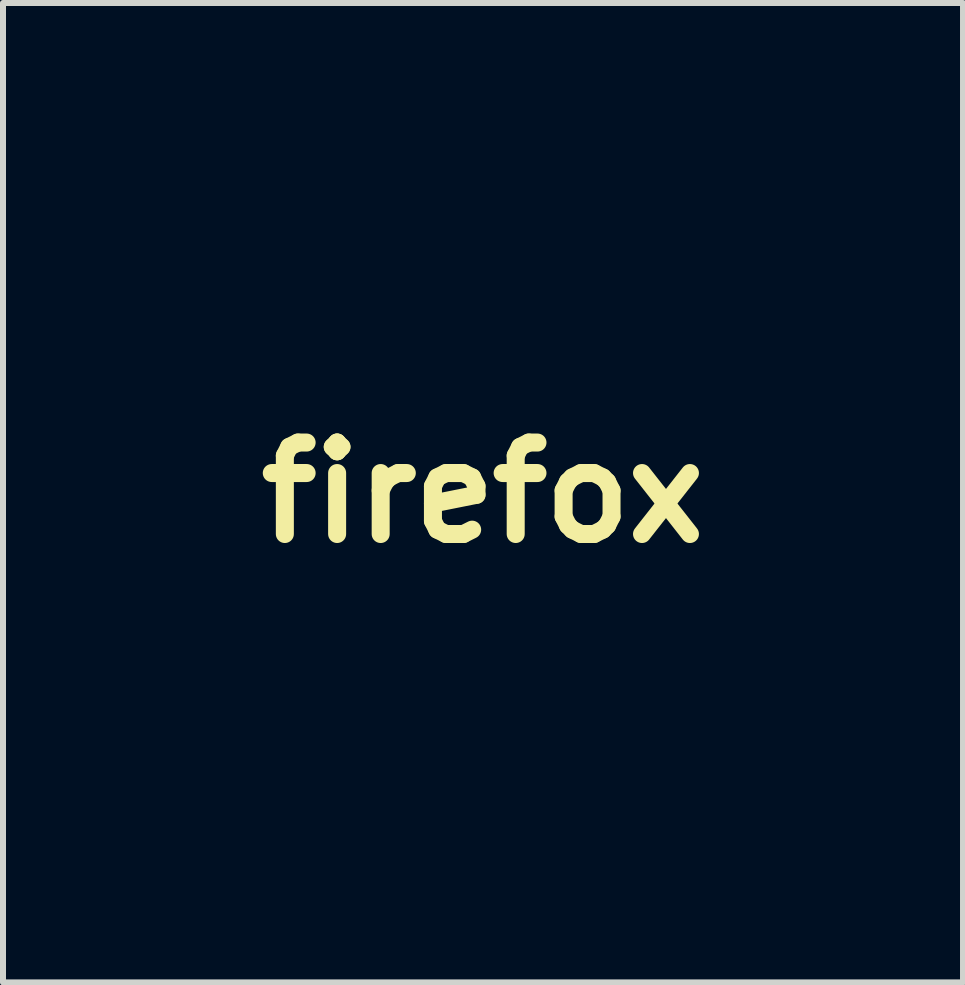
<source format=kicad_pcb>
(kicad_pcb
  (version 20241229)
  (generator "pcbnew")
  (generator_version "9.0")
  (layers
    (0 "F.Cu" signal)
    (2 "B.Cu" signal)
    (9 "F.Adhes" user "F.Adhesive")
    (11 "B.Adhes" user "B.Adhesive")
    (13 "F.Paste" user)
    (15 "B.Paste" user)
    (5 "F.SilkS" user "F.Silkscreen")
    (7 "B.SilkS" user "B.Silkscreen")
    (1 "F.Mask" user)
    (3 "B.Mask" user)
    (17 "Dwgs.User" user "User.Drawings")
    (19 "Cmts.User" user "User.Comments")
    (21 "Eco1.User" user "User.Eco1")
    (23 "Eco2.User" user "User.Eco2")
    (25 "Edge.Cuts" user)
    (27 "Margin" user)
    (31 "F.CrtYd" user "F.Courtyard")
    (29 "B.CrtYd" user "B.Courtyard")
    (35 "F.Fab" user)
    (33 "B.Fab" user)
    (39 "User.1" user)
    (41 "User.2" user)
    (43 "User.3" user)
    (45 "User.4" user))
  (footprint "firefox"
    (layer "F.Cu")
    (at 4.998 5.158)
    (property "Reference" "firefox" (at 0 0 0) (layer "F.SilkS") (effects (font (size 1.524 1.524) (thickness 0.3))))
    (attr board_only exclude_from_pos_files exclude_from_bom)
    (fp_poly (pts (xy 4.378 2.432) (xy 4.376 2.434) (xy 4.373 2.432) (xy 4.376 2.429)) (stroke (width 0) (type solid)) (fill yes) (layer "F.Mask"))
    (fp_poly (pts (xy 1.744 -5.113) (xy 1.75 -5.073) (xy 1.761 -5.034) (xy 1.775 -4.993) (xy 1.794 -4.948) (xy 1.809 -4.916) (xy 1.84 -4.858) (xy 1.875 -4.798) (xy 1.917 -4.734) (xy 1.965 -4.667) (xy 2.02 -4.595) (xy 2.081 -4.52) (xy 2.15 -4.439) (xy 2.225 -4.353) (xy 2.309 -4.262) (xy 2.321 -4.249) (xy 2.341 -4.227) (xy 2.366 -4.202) (xy 2.395 -4.172) (xy 2.427 -4.14) (xy 2.461 -4.105) (xy 2.498 -4.068) (xy 2.536 -4.03) (xy 2.574 -3.991) (xy 2.613 -3.953) (xy 2.651 -3.915) (xy 2.688 -3.879) (xy 2.723 -3.845) (xy 2.755 -3.814) (xy 2.784 -3.786) (xy 2.809 -3.761) (xy 2.83 -3.742) (xy 2.846 -3.727) (xy 2.856 -3.719) (xy 2.859 -3.717) (xy 2.861 -3.723) (xy 2.866 -3.737) (xy 2.871 -3.756) (xy 2.876 -3.776) (xy 2.899 -3.855) (xy 2.927 -3.933) (xy 2.958 -4.006) (xy 2.993 -4.073) (xy 3.03 -4.134) (xy 3.053 -4.165) (xy 3.064 -4.179) (xy 3.072 -4.188) (xy 3.077 -4.192) (xy 3.077 -4.192) (xy 3.079 -4.186) (xy 3.082 -4.173) (xy 3.084 -4.158) (xy 3.095 -4.112) (xy 3.113 -4.059) (xy 3.137 -3.999) (xy 3.155 -3.961) (xy 3.17 -3.932) (xy 3.185 -3.903) (xy 3.2 -3.874) (xy 3.217 -3.843) (xy 3.236 -3.811) (xy 3.256 -3.775) (xy 3.279 -3.737) (xy 3.305 -3.695) (xy 3.334 -3.648) (xy 3.367 -3.596) (xy 3.404 -3.539) (xy 3.445 -3.474) (xy 3.49 -3.403) (xy 3.533 -3.336) (xy 3.603 -3.228) (xy 3.668 -3.127) (xy 3.728 -3.033) (xy 3.783 -2.945) (xy 3.834 -2.862) (xy 3.882 -2.785) (xy 3.927 -2.711) (xy 3.968 -2.641) (xy 4.008 -2.573) (xy 4.045 -2.508) (xy 4.081 -2.444) (xy 4.115 -2.38) (xy 4.149 -2.317) (xy 4.183 -2.252) (xy 4.217 -2.187) (xy 4.23 -2.159) (xy 4.29 -2.039) (xy 4.344 -1.925) (xy 4.394 -1.814) (xy 4.441 -1.704) (xy 4.486 -1.592) (xy 4.53 -1.476) (xy 4.573 -1.354) (xy 4.574 -1.352) (xy 4.636 -1.16) (xy 4.688 -0.966) (xy 4.73 -0.771) (xy 4.762 -0.574) (xy 4.785 -0.375) (xy 4.794 -0.257) (xy 4.795 -0.223) (xy 4.796 -0.18) (xy 4.797 -0.131) (xy 4.797 -0.078) (xy 4.797 -0.023) (xy 4.796 0.034) (xy 4.796 0.089) (xy 4.794 0.142) (xy 4.793 0.191) (xy 4.791 0.233) (xy 4.789 0.267) (xy 4.788 0.272) (xy 4.781 0.352) (xy 4.772 0.435) (xy 4.761 0.519) (xy 4.749 0.603) (xy 4.736 0.684) (xy 4.723 0.76) (xy 4.71 0.83) (xy 4.7 0.875) (xy 4.699 0.883) (xy 4.701 0.882) (xy 4.705 0.875) (xy 4.712 0.86) (xy 4.72 0.841) (xy 4.73 0.816) (xy 4.741 0.788) (xy 4.753 0.758) (xy 4.765 0.725) (xy 4.777 0.692) (xy 4.789 0.66) (xy 4.799 0.628) (xy 4.805 0.611) (xy 4.844 0.478) (xy 4.878 0.34) (xy 4.906 0.2) (xy 4.92 0.109) (xy 4.928 0.058) (xy 4.934 0.012) (xy 4.938 -0.03) (xy 4.942 -0.069) (xy 4.945 -0.109) (xy 4.947 -0.149) (xy 4.949 -0.193) (xy 4.95 -0.242) (xy 4.95 -0.298) (xy 4.95 -0.347) (xy 4.95 -0.392) (xy 4.95 -0.434) (xy 4.95 -0.473) (xy 4.949 -0.506) (xy 4.949 -0.534) (xy 4.948 -0.554) (xy 4.947 -0.565) (xy 4.947 -0.567) (xy 4.945 -0.576) (xy 4.946 -0.575) (xy 4.948 -0.572) (xy 4.95 -0.563) (xy 4.954 -0.546) (xy 4.958 -0.521) (xy 4.962 -0.49) (xy 4.966 -0.456) (xy 4.971 -0.418) (xy 4.975 -0.379) (xy 4.979 -0.34) (xy 4.98 -0.332) (xy 4.986 -0.27) (xy 4.99 -0.211) (xy 4.994 -0.154) (xy 4.996 -0.095) (xy 4.997 -0.034) (xy 4.997 0.033) (xy 4.997 0.106) (xy 4.997 0.131) (xy 4.995 0.215) (xy 4.992 0.29) (xy 4.989 0.36) (xy 4.984 0.426) (xy 4.978 0.491) (xy 4.97 0.558) (xy 4.96 0.627) (xy 4.948 0.702) (xy 4.948 0.705) (xy 4.911 0.895) (xy 4.865 1.085) (xy 4.809 1.274) (xy 4.744 1.461) (xy 4.669 1.646) (xy 4.585 1.829) (xy 4.491 2.009) (xy 4.414 2.144) (xy 4.399 2.169) (xy 4.386 2.192) (xy 4.375 2.211) (xy 4.368 2.224) (xy 4.365 2.229) (xy 4.36 2.238) (xy 4.35 2.254) (xy 4.336 2.276) (xy 4.319 2.302) (xy 4.299 2.332) (xy 4.278 2.364) (xy 4.255 2.398) (xy 4.232 2.431) (xy 4.21 2.463) (xy 4.189 2.493) (xy 4.171 2.519) (xy 4.158 2.537) (xy 4.052 2.677) (xy 3.936 2.818) (xy 3.813 2.961) (xy 3.681 3.103) (xy 3.641 3.145) (xy 3.618 3.169) (xy 3.598 3.19) (xy 3.581 3.207) (xy 3.569 3.22) (xy 3.563 3.227) (xy 3.562 3.229) (xy 3.568 3.226) (xy 3.581 3.22) (xy 3.6 3.211) (xy 3.624 3.199) (xy 3.65 3.185) (xy 3.677 3.171) (xy 3.704 3.156) (xy 3.73 3.142) (xy 3.752 3.13) (xy 3.77 3.12) (xy 3.771 3.12) (xy 3.867 3.06) (xy 3.956 2.997) (xy 4.038 2.931) (xy 4.112 2.863) (xy 4.178 2.794) (xy 4.236 2.723) (xy 4.285 2.652) (xy 4.325 2.58) (xy 4.355 2.507) (xy 4.364 2.48) (xy 4.369 2.463) (xy 4.371 2.455) (xy 4.372 2.455) (xy 4.371 2.464) (xy 4.37 2.472) (xy 4.367 2.491) (xy 4.361 2.517) (xy 4.354 2.55) (xy 4.344 2.586) (xy 4.334 2.624) (xy 4.323 2.663) (xy 4.311 2.699) (xy 4.303 2.724) (xy 4.263 2.834) (xy 4.215 2.94) (xy 4.16 3.043) (xy 4.097 3.143) (xy 4.026 3.24) (xy 3.947 3.335) (xy 3.86 3.428) (xy 3.764 3.519) (xy 3.659 3.61) (xy 3.544 3.699) (xy 3.42 3.787) (xy 3.38 3.814) (xy 3.219 3.916) (xy 3.053 4.009) (xy 2.881 4.094) (xy 2.706 4.17) (xy 2.644 4.194) (xy 2.51 4.245) (xy 2.385 4.293) (xy 2.267 4.337) (xy 2.158 4.377) (xy 2.055 4.414) (xy 1.958 4.449) (xy 1.867 4.48) (xy 1.782 4.509) (xy 1.701 4.536) (xy 1.625 4.561) (xy 1.552 4.583) (xy 1.543 4.586) (xy 1.507 4.597) (xy 1.478 4.607) (xy 1.455 4.615) (xy 1.44 4.621) (xy 1.434 4.624) (xy 1.434 4.625) (xy 1.44 4.626) (xy 1.456 4.627) (xy 1.478 4.628) (xy 1.507 4.628) (xy 1.541 4.628) (xy 1.578 4.627) (xy 1.618 4.627) (xy 1.659 4.626) (xy 1.7 4.625) (xy 1.739 4.623) (xy 1.776 4.622) (xy 1.809 4.62) (xy 1.837 4.618) (xy 1.859 4.616) (xy 1.859 4.616) (xy 1.943 4.605) (xy 2.026 4.592) (xy 2.106 4.577) (xy 2.18 4.56) (xy 2.246 4.542) (xy 2.252 4.54) (xy 2.32 4.518) (xy 2.385 4.492) (xy 2.445 4.464) (xy 2.5 4.434) (xy 2.548 4.403) (xy 2.587 4.372) (xy 2.593 4.367) (xy 2.603 4.358) (xy 2.61 4.354) (xy 2.611 4.354) (xy 2.609 4.358) (xy 2.6 4.369) (xy 2.586 4.384) (xy 2.568 4.403) (xy 2.546 4.425) (xy 2.522 4.449) (xy 2.497 4.474) (xy 2.471 4.498) (xy 2.446 4.522) (xy 2.422 4.544) (xy 2.401 4.563) (xy 2.384 4.578) (xy 2.374 4.586) (xy 2.269 4.662) (xy 2.155 4.732) (xy 2.033 4.798) (xy 1.903 4.858) (xy 1.766 4.913) (xy 1.621 4.963) (xy 1.469 5.007) (xy 1.309 5.046) (xy 1.144 5.08) (xy 0.972 5.108) (xy 0.793 5.13) (xy 0.609 5.146) (xy 0.507 5.153) (xy 0.465 5.155) (xy 0.416 5.156) (xy 0.362 5.158) (xy 0.304 5.159) (xy 0.245 5.16) (xy 0.186 5.16) (xy 0.129 5.16) (xy 0.076 5.16) (xy 0.028 5.16) (xy -0.012 5.159) (xy -0.027 5.158) (xy -0.254 5.144) (xy -0.477 5.12) (xy -0.697 5.087) (xy -0.913 5.045) (xy -1.127 4.993) (xy -1.149 4.987) (xy -1.179 4.979) (xy -1.207 4.972) (xy -1.23 4.966) (xy -1.247 4.962) (xy -1.257 4.96) (xy -1.257 4.96) (xy -1.266 4.958) (xy -1.282 4.953) (xy -1.306 4.946) (xy -1.335 4.936) (xy -1.37 4.924) (xy -1.407 4.912) (xy -1.447 4.898) (xy -1.487 4.884) (xy -1.528 4.87) (xy -1.567 4.856) (xy -1.603 4.842) (xy -1.635 4.83) (xy -1.646 4.827) (xy -1.743 4.788) (xy -1.846 4.744) (xy -1.951 4.697) (xy -2.056 4.647) (xy -2.079 4.635) (xy -2.158 4.595) (xy -2.229 4.557) (xy -2.295 4.52) (xy -2.359 4.483) (xy -2.421 4.444) (xy -2.472 4.411) (xy -2.503 4.39) (xy -2.537 4.368) (xy -2.57 4.346) (xy -2.6 4.327) (xy -2.62 4.314) (xy -2.768 4.215) (xy -2.909 4.114) (xy -3.045 4.008) (xy -3.178 3.898) (xy -3.308 3.78) (xy -3.439 3.654) (xy -3.452 3.641) (xy -3.552 3.539) (xy -3.645 3.439) (xy -3.732 3.34) (xy -3.814 3.24) (xy -3.893 3.138) (xy -3.97 3.032) (xy -4.046 2.922) (xy -4.16 2.742) (xy -4.267 2.559) (xy -4.365 2.371) (xy -4.455 2.181) (xy -4.536 1.987) (xy -4.609 1.792) (xy -4.672 1.595) (xy -4.727 1.397) (xy -4.772 1.199) (xy -4.807 1.001) (xy -4.813 0.962) (xy -4.823 0.884) (xy -4.832 0.812) (xy -4.839 0.743) (xy -4.845 0.676) (xy -4.849 0.608) (xy -4.852 0.538) (xy -4.854 0.462) (xy -4.855 0.38) (xy -4.855 0.332) (xy -4.855 0.286) (xy -4.856 0.244) (xy -4.856 0.206) (xy -4.856 0.174) (xy -4.856 0.148) (xy -4.856 0.129) (xy -4.856 0.118) (xy -4.856 0.117) (xy -4.858 0.121) (xy -4.862 0.134) (xy -4.868 0.154) (xy -4.876 0.179) (xy -4.885 0.208) (xy -4.888 0.217) (xy -4.927 0.35) (xy -4.963 0.485) (xy -4.981 0.555) (xy -4.998 0.627) (xy -4.995 0.562) (xy -4.984 0.36) (xy -4.968 0.164) (xy -4.946 -0.026) (xy -4.92 -0.209) (xy -4.889 -0.385) (xy -4.853 -0.553) (xy -4.812 -0.714) (xy -4.766 -0.867) (xy -4.716 -1.011) (xy -4.688 -1.082) (xy -4.681 -1.101) (xy -4.677 -1.113) (xy -4.675 -1.119) (xy -4.678 -1.118) (xy -4.684 -1.11) (xy -4.695 -1.094) (xy -4.711 -1.071) (xy -4.728 -1.043) (xy -4.793 -0.938) (xy -4.856 -0.827) (xy -4.909 -0.725) (xy -4.923 -0.697) (xy -4.936 -0.673) (xy -4.946 -0.655) (xy -4.953 -0.642) (xy -4.956 -0.637) (xy -4.956 -0.637) (xy -4.952 -0.653) (xy -4.945 -0.676) (xy -4.936 -0.706) (xy -4.926 -0.74) (xy -4.915 -0.777) (xy -4.903 -0.815) (xy -4.891 -0.853) (xy -4.88 -0.889) (xy -4.87 -0.921) (xy -4.862 -0.947) (xy -4.821 -1.072) (xy -4.778 -1.194) (xy -4.733 -1.314) (xy -4.687 -1.429) (xy -4.64 -1.54) (xy -4.593 -1.643) (xy -4.545 -1.74) (xy -4.499 -1.827) (xy -4.49 -1.844) (xy -4.449 -1.914) (xy -4.412 -1.977) (xy -4.377 -2.033) (xy -4.342 -2.086) (xy -4.307 -2.135) (xy -4.271 -2.184) (xy -4.232 -2.233) (xy -4.226 -2.241) (xy -4.206 -2.266) (xy -4.187 -2.289) (xy -4.17 -2.31) (xy -4.157 -2.326) (xy -4.15 -2.335) (xy -4.141 -2.346) (xy -4.135 -2.351) (xy -4.133 -2.351) (xy -4.13 -2.353) (xy -4.121 -2.361) (xy -4.107 -2.374) (xy -4.09 -2.391) (xy -4.076 -2.404) (xy -4.056 -2.424) (xy -4.04 -2.442) (xy -4.027 -2.457) (xy -4.02 -2.467) (xy -4.018 -2.47) (xy -4.02 -2.476) (xy -4.026 -2.475) (xy -4.028 -2.474) (xy -4.038 -2.47) (xy -4.042 -2.471) (xy -4.04 -2.477) (xy -4.04 -2.483) (xy -4.043 -2.484) (xy -4.047 -2.482) (xy -4.051 -2.476) (xy -4.057 -2.464) (xy -4.061 -2.452) (xy -4.064 -2.445) (xy -4.066 -2.447) (xy -4.067 -2.45) (xy -4.072 -2.457) (xy -4.079 -2.456) (xy -4.087 -2.456) (xy -4.088 -2.459) (xy -4.092 -2.463) (xy -4.098 -2.463) (xy -4.107 -2.463) (xy -4.108 -2.467) (xy -4.111 -2.472) (xy -4.118 -2.472) (xy -4.126 -2.471) (xy -4.128 -2.477) (xy -4.073 -2.477) (xy -4.071 -2.474) (xy -4.068 -2.477) (xy -4.071 -2.479) (xy -4.073 -2.477) (xy -4.128 -2.477) (xy -4.129 -2.478) (xy -4.129 -2.48) (xy -4.129 -2.507) (xy -4.127 -2.543) (xy -4.124 -2.585) (xy -4.119 -2.631) (xy -4.113 -2.681) (xy -4.106 -2.733) (xy -4.101 -2.769) (xy -4.087 -2.852) (xy -4.069 -2.939) (xy -4.048 -3.026) (xy -4.026 -3.111) (xy -4.002 -3.192) (xy -3.977 -3.267) (xy -3.969 -3.287) (xy -3.958 -3.317) (xy -3.945 -3.349) (xy -3.932 -3.381) (xy -3.919 -3.413) (xy -3.906 -3.443) (xy -3.894 -3.47) (xy -3.883 -3.492) (xy -3.875 -3.508) (xy -3.87 -3.517) (xy -3.868 -3.519) (xy -3.866 -3.514) (xy -3.866 -3.503) (xy -3.867 -3.497) (xy -3.868 -3.488) (xy -3.867 -3.485) (xy -3.864 -3.488) (xy -3.859 -3.499) (xy -3.851 -3.516) (xy -3.841 -3.538) (xy -3.831 -3.56) (xy -3.824 -3.578) (xy -3.823 -3.581) (xy -3.815 -3.6) (xy -3.806 -3.617) (xy -3.802 -3.624) (xy -3.794 -3.636) (xy -3.783 -3.651) (xy -3.771 -3.668) (xy -3.758 -3.685) (xy -3.746 -3.7) (xy -3.737 -3.711) (xy -3.731 -3.717) (xy -3.73 -3.717) (xy -3.73 -3.711) (xy -3.732 -3.699) (xy -3.734 -3.689) (xy -3.736 -3.673) (xy -3.737 -3.663) (xy -3.736 -3.659) (xy -3.733 -3.663) (xy -3.727 -3.673) (xy -3.719 -3.688) (xy -3.716 -3.697) (xy -3.692 -3.747) (xy -3.671 -3.79) (xy -3.652 -3.827) (xy -3.634 -3.858) (xy -3.618 -3.884) (xy -3.602 -3.906) (xy -3.582 -3.93) (xy -3.56 -3.956) (xy -3.538 -3.98) (xy -3.516 -4.002) (xy -3.496 -4.02) (xy -3.48 -4.032) (xy -3.475 -4.035) (xy -3.459 -4.044) (xy -3.459 -4.002) (xy -3.456 -3.936) (xy -3.45 -3.864) (xy -3.44 -3.789) (xy -3.426 -3.715) (xy -3.41 -3.643) (xy -3.392 -3.577) (xy -3.378 -3.536) (xy -3.362 -3.492) (xy -3.354 -3.508) (xy -3.349 -3.518) (xy -3.344 -3.523) (xy -3.344 -3.524) (xy -3.341 -3.519) (xy -3.334 -3.508) (xy -3.324 -3.491) (xy -3.313 -3.47) (xy -3.312 -3.467) (xy -3.275 -3.401) (xy -3.237 -3.338) (xy -3.197 -3.277) (xy -3.158 -3.22) (xy -3.118 -3.168) (xy -3.08 -3.123) (xy -3.043 -3.085) (xy -3.013 -3.058) (xy -2.995 -3.044) (xy -2.923 -3.056) (xy -2.875 -3.064) (xy -2.833 -3.07) (xy -2.794 -3.074) (xy -2.755 -3.077) (xy -2.714 -3.079) (xy -2.669 -3.081) (xy -2.617 -3.081) (xy -2.599 -3.081) (xy -2.538 -3.08) (xy -2.483 -3.079) (xy -2.434 -3.076) (xy -2.386 -3.072) (xy -2.337 -3.066) (xy -2.285 -3.058) (xy -2.244 -3.051) (xy -2.187 -3.039) (xy -2.124 -3.025) (xy -2.058 -3.009) (xy -1.994 -2.991) (xy -1.934 -2.973) (xy -1.93 -2.971) (xy -1.858 -2.948) (xy -1.805 -3) (xy -1.774 -3.03) (xy -1.748 -3.054) (xy -1.727 -3.072) (xy -1.712 -3.084) (xy -1.704 -3.089) (xy -1.703 -3.089) (xy -1.701 -3.084) (xy -1.7 -3.073) (xy -1.7 -3.067) (xy -1.701 -3.054) (xy -1.7 -3.048) (xy -1.699 -3.048) (xy -1.659 -3.094) (xy -1.617 -3.134) (xy -1.571 -3.172) (xy -1.524 -3.205) (xy -1.496 -3.222) (xy -1.469 -3.239) (xy -1.443 -3.253) (xy -1.422 -3.264) (xy -1.408 -3.27) (xy -1.406 -3.271) (xy -1.399 -3.273) (xy -1.396 -3.27) (xy -1.397 -3.26) (xy -1.397 -3.254) (xy -1.401 -3.234) (xy -1.329 -3.27) (xy -1.255 -3.306) (xy -1.181 -3.338) (xy -1.11 -3.366) (xy -1.043 -3.388) (xy -0.981 -3.405) (xy -0.965 -3.409) (xy -0.936 -3.415) (xy -0.917 -3.417) (xy -0.908 -3.417) (xy -0.908 -3.413) (xy -0.917 -3.407) (xy -0.935 -3.396) (xy -0.947 -3.39) (xy -0.967 -3.38) (xy -0.982 -3.371) (xy -0.992 -3.366) (xy -0.994 -3.364) (xy -0.988 -3.365) (xy -0.975 -3.37) (xy -0.959 -3.376) (xy -0.958 -3.376) (xy -0.916 -3.389) (xy -0.867 -3.4) (xy -0.814 -3.409) (xy -0.762 -3.414) (xy -0.712 -3.415) (xy -0.67 -3.413) (xy -0.637 -3.409) (xy -0.605 -3.403) (xy -0.574 -3.396) (xy -0.547 -3.388) (xy -0.524 -3.38) (xy -0.508 -3.372) (xy -0.499 -3.364) (xy -0.498 -3.361) (xy -0.502 -3.358) (xy -0.514 -3.351) (xy -0.533 -3.343) (xy -0.556 -3.333) (xy -0.572 -3.326) (xy -0.599 -3.315) (xy -0.623 -3.305) (xy -0.642 -3.297) (xy -0.656 -3.29) (xy -0.66 -3.288) (xy -0.666 -3.284) (xy -0.667 -3.282) (xy -0.66 -3.28) (xy -0.645 -3.279) (xy -0.617 -3.276) (xy -0.672 -3.237) (xy -0.776 -3.156) (xy -0.871 -3.071) (xy -0.958 -2.98) (xy -1.037 -2.883) (xy -1.108 -2.781) (xy -1.172 -2.672) (xy -1.196 -2.625) (xy -1.21 -2.597) (xy -1.224 -2.568) (xy -1.236 -2.541) (xy -1.246 -2.519) (xy -1.247 -2.517) (xy -1.265 -2.474) (xy -1.252 -2.436) (xy -1.244 -2.415) (xy -1.233 -2.388) (xy -1.221 -2.362) (xy -1.216 -2.353) (xy -1.177 -2.283) (xy -1.134 -2.221) (xy -1.086 -2.169) (xy -1.035 -2.125) (xy -0.978 -2.089) (xy -0.962 -2.081) (xy -0.935 -2.069) (xy -0.909 -2.059) (xy -0.881 -2.051) (xy -0.85 -2.044) (xy -0.814 -2.038) (xy -0.771 -2.033) (xy -0.738 -2.029) (xy -0.634 -2.018) (xy -0.54 -2.008) (xy -0.455 -1.997) (xy -0.378 -1.986) (xy -0.31 -1.976) (xy -0.25 -1.965) (xy -0.197 -1.954) (xy -0.151 -1.943) (xy -0.112 -1.932) (xy -0.079 -1.92) (xy -0.052 -1.907) (xy -0.03 -1.894) (xy -0.013 -1.88) (xy -0.01 -1.877) (xy -0.002 -1.868) (xy 0.004 -1.859) (xy 0.007 -1.849) (xy 0.008 -1.835) (xy 0.009 -1.815) (xy 0.008 -1.77) (xy 0.002 -1.722) (xy -0.009 -1.672) (xy -0.016 -1.649) (xy -0.037 -1.595) (xy -0.066 -1.542) (xy -0.105 -1.488) (xy -0.153 -1.435) (xy -0.176 -1.412) (xy -0.214 -1.376) (xy -0.251 -1.348) (xy -0.288 -1.323) (xy -0.329 -1.3) (xy -0.365 -1.284) (xy -0.387 -1.274) (xy -0.417 -1.26) (xy -0.451 -1.245) (xy -0.488 -1.229) (xy -0.526 -1.212) (xy -0.547 -1.202) (xy -0.596 -1.18) (xy -0.647 -1.156) (xy -0.7 -1.132) (xy -0.752 -1.106) (xy -0.804 -1.081) (xy -0.853 -1.057) (xy -0.897 -1.034) (xy -0.937 -1.013) (xy -0.97 -0.995) (xy -0.993 -0.982) (xy -1.032 -0.958) (xy -1.066 -0.935) (xy -1.094 -0.914) (xy -1.115 -0.895) (xy -1.128 -0.88) (xy -1.128 -0.88) (xy -1.134 -0.87) (xy -1.137 -0.862) (xy -1.135 -0.853) (xy -1.13 -0.841) (xy -1.124 -0.823) (xy -1.118 -0.805) (xy -1.117 -0.8) (xy -1.113 -0.783) (xy -1.127 -0.794) (xy -1.142 -0.803) (xy -1.152 -0.804) (xy -1.157 -0.798) (xy -1.155 -0.783) (xy -1.149 -0.764) (xy -1.143 -0.742) (xy -1.138 -0.711) (xy -1.134 -0.676) (xy -1.131 -0.636) (xy -1.13 -0.595) (xy -1.131 -0.555) (xy -1.133 -0.518) (xy -1.137 -0.487) (xy -1.142 -0.464) (xy -1.148 -0.438) (xy -1.156 -0.411) (xy -1.164 -0.385) (xy -1.172 -0.362) (xy -1.179 -0.343) (xy -1.185 -0.329) (xy -1.19 -0.323) (xy -1.191 -0.323) (xy -1.198 -0.327) (xy -1.21 -0.336) (xy -1.227 -0.346) (xy -1.232 -0.35) (xy -1.252 -0.363) (xy -1.273 -0.376) (xy -1.291 -0.386) (xy -1.292 -0.387) (xy -1.317 -0.401) (xy -1.279 -0.362) (xy -1.254 -0.333) (xy -1.235 -0.305) (xy -1.22 -0.278) (xy -1.212 -0.255) (xy -1.211 -0.236) (xy -1.216 -0.223) (xy -1.219 -0.219) (xy -1.224 -0.219) (xy -1.23 -0.223) (xy -1.241 -0.233) (xy -1.254 -0.247) (xy -1.273 -0.265) (xy -1.293 -0.281) (xy -1.316 -0.299) (xy -1.345 -0.316) (xy -1.378 -0.336) (xy -1.419 -0.358) (xy -1.464 -0.381) (xy -1.501 -0.399) (xy -1.53 -0.413) (xy -1.551 -0.423) (xy -1.566 -0.428) (xy -1.575 -0.43) (xy -1.579 -0.428) (xy -1.579 -0.427) (xy -1.577 -0.421) (xy -1.571 -0.409) (xy -1.562 -0.393) (xy -1.559 -0.386) (xy -1.538 -0.349) (xy -1.592 -0.378) (xy -1.647 -0.406) (xy -1.671 -0.395) (xy -1.709 -0.372) (xy -1.746 -0.342) (xy -1.78 -0.305) (xy -1.811 -0.264) (xy -1.838 -0.22) (xy -1.858 -0.175) (xy -1.866 -0.147) (xy -1.873 -0.115) (xy -1.878 -0.077) (xy -1.882 -0.036) (xy -1.885 0.006) (xy -1.885 0.045) (xy -1.884 0.08) (xy -1.88 0.108) (xy -1.879 0.112) (xy -1.86 0.179) (xy -1.831 0.244) (xy -1.793 0.309) (xy -1.744 0.373) (xy -1.686 0.438) (xy -1.618 0.501) (xy -1.563 0.547) (xy -1.542 0.564) (xy -1.524 0.579) (xy -1.511 0.59) (xy -1.503 0.597) (xy -1.501 0.598) (xy -1.506 0.598) (xy -1.518 0.595) (xy -1.527 0.592) (xy -1.541 0.588) (xy -1.551 0.586) (xy -1.553 0.587) (xy -1.55 0.59) (xy -1.539 0.598) (xy -1.523 0.609) (xy -1.5 0.624) (xy -1.474 0.64) (xy -1.445 0.658) (xy -1.413 0.677) (xy -1.381 0.696) (xy -1.349 0.714) (xy -1.319 0.731) (xy -1.291 0.746) (xy -1.277 0.754) (xy -1.266 0.76) (xy -1.265 0.764) (xy -1.272 0.764) (xy -1.288 0.761) (xy -1.304 0.757) (xy -1.319 0.754) (xy -1.33 0.752) (xy -1.333 0.752) (xy -1.33 0.755) (xy -1.32 0.762) (xy -1.304 0.772) (xy -1.283 0.783) (xy -1.259 0.796) (xy -1.234 0.809) (xy -1.21 0.821) (xy -1.199 0.826) (xy -1.138 0.853) (xy -1.081 0.874) (xy -1.024 0.889) (xy -0.967 0.9) (xy -0.904 0.906) (xy -0.856 0.908) (xy -0.813 0.909) (xy -0.772 0.908) (xy -0.731 0.905) (xy -0.69 0.9) (xy -0.648 0.894) (xy -0.602 0.884) (xy -0.551 0.872) (xy -0.496 0.857) (xy -0.433 0.839) (xy -0.363 0.818) (xy -0.36 0.817) (xy -0.277 0.793) (xy -0.202 0.772) (xy -0.134 0.756) (xy -0.071 0.744) (xy -0.012 0.736) (xy 0.045 0.732) (xy 0.1 0.731) (xy 0.155 0.733) (xy 0.211 0.739) (xy 0.255 0.745) (xy 0.351 0.766) (xy 0.443 0.796) (xy 0.531 0.834) (xy 0.613 0.881) (xy 0.691 0.936) (xy 0.763 1) (xy 0.78 1.018) (xy 0.817 1.058) (xy 0.846 1.094) (xy 0.868 1.128) (xy 0.884 1.159) (xy 0.894 1.191) (xy 0.898 1.223) (xy 0.899 1.227) (xy 0.897 1.27) (xy 0.886 1.308) (xy 0.869 1.34) (xy 0.844 1.366) (xy 0.814 1.386) (xy 0.779 1.399) (xy 0.739 1.404) (xy 0.695 1.401) (xy 0.665 1.394) (xy 0.612 1.384) (xy 0.556 1.383) (xy 0.496 1.391) (xy 0.432 1.409) (xy 0.409 1.417) (xy 0.388 1.425) (xy 0.368 1.434) (xy 0.346 1.443) (xy 0.324 1.454) (xy 0.299 1.466) (xy 0.27 1.48) (xy 0.238 1.497) (xy 0.201 1.517) (xy 0.159 1.54) (xy 0.11 1.567) (xy 0.055 1.598) (xy -0.008 1.633) (xy -0.067 1.666) (xy -0.121 1.694) (xy -0.168 1.718) (xy -0.212 1.738) (xy -0.254 1.755) (xy -0.296 1.77) (xy -0.338 1.784) (xy -0.383 1.797) (xy -0.394 1.799) (xy -0.475 1.819) (xy -0.555 1.834) (xy -0.636 1.845) (xy -0.72 1.852) (xy -0.809 1.855) (xy -0.872 1.856) (xy -0.939 1.855) (xy -1 1.853) (xy -1.056 1.85) (xy -1.111 1.844) (xy -1.168 1.837) (xy -1.229 1.827) (xy -1.234 1.827) (xy -1.276 1.819) (xy -1.324 1.809) (xy -1.374 1.797) (xy -1.424 1.785) (xy -1.473 1.772) (xy -1.519 1.759) (xy -1.558 1.746) (xy -1.588 1.736) (xy -1.591 1.737) (xy -1.588 1.746) (xy -1.578 1.763) (xy -1.563 1.788) (xy -1.541 1.821) (xy -1.535 1.829) (xy -1.51 1.865) (xy -1.485 1.898) (xy -1.458 1.931) (xy -1.429 1.964) (xy -1.394 2.001) (xy -1.375 2.021) (xy -1.282 2.11) (xy -1.184 2.191) (xy -1.081 2.264) (xy -0.971 2.331) (xy -0.855 2.39) (xy -0.78 2.424) (xy -0.682 2.462) (xy -0.576 2.497) (xy -0.464 2.529) (xy -0.348 2.556) (xy -0.229 2.579) (xy -0.11 2.597) (xy 0.009 2.609) (xy 0.012 2.609) (xy 0.046 2.611) (xy 0.088 2.613) (xy 0.135 2.613) (xy 0.186 2.613) (xy 0.239 2.612) (xy 0.291 2.611) (xy 0.34 2.609) (xy 0.385 2.606) (xy 0.423 2.603) (xy 0.437 2.602) (xy 0.59 2.579) (xy 0.74 2.547) (xy 0.885 2.505) (xy 1.027 2.455) (xy 1.164 2.396) (xy 1.297 2.327) (xy 1.425 2.25) (xy 1.549 2.165) (xy 1.667 2.071) (xy 1.78 1.968) (xy 1.809 1.939) (xy 1.913 1.828) (xy 2.009 1.711) (xy 2.097 1.589) (xy 2.175 1.463) (xy 2.245 1.331) (xy 2.307 1.194) (xy 2.359 1.053) (xy 2.403 0.908) (xy 2.406 0.897) (xy 4.693 0.897) (xy 4.696 0.9) (xy 4.698 0.897) (xy 4.696 0.895) (xy 4.693 0.897) (xy 2.406 0.897) (xy 2.438 0.758) (xy 2.464 0.604) (xy 2.467 0.58) (xy 2.47 0.551) (xy 2.472 0.514) (xy 2.474 0.471) (xy 2.476 0.423) (xy 2.477 0.372) (xy 2.478 0.321) (xy 2.478 0.271) (xy 2.478 0.223) (xy 2.477 0.18) (xy 2.476 0.144) (xy 2.474 0.127) (xy 2.458 -0.031) (xy 2.432 -0.184) (xy 2.397 -0.333) (xy 2.353 -0.478) (xy 2.301 -0.618) (xy 2.24 -0.754) (xy 2.17 -0.885) (xy 2.108 -0.986) (xy 2.096 -1.004) (xy 2.085 -1.019) (xy 2.075 -1.033) (xy 2.062 -1.046) (xy 2.048 -1.06) (xy 2.028 -1.077) (xy 2.004 -1.098) (xy 1.987 -1.112) (xy 1.877 -1.208) (xy 1.764 -1.313) (xy 1.662 -1.415) (xy 1.566 -1.516) (xy 1.479 -1.617) (xy 1.399 -1.719) (xy 1.327 -1.822) (xy 1.26 -1.93) (xy 1.199 -2.041) (xy 1.142 -2.159) (xy 1.088 -2.285) (xy 1.053 -2.375) (xy 1.012 -2.494) (xy 0.978 -2.612) (xy 0.952 -2.732) (xy 0.933 -2.855) (xy 0.924 -2.936) (xy 0.922 -2.968) (xy 0.92 -3.008) (xy 0.919 -3.053) (xy 0.918 -3.102) (xy 0.918 -3.152) (xy 0.919 -3.201) (xy 0.92 -3.247) (xy 0.921 -3.288) (xy 0.924 -3.322) (xy 0.924 -3.326) (xy 0.945 -3.492) (xy 0.975 -3.657) (xy 1.015 -3.82) (xy 1.065 -3.983) (xy 1.125 -4.144) (xy 1.195 -4.305) (xy 1.275 -4.465) (xy 1.302 -4.515) (xy 1.362 -4.62) (xy 1.424 -4.723) (xy 1.489 -4.824) (xy 1.555 -4.921) (xy 1.621 -5.011) (xy 1.686 -5.094) (xy 1.699 -5.11) (xy 1.738 -5.158)) (stroke (width 0) (type solid)) (fill yes) (layer "F.Mask")))
  (gr_rect
    (start -3 -3)
    (end 12.995 13.318)
    (stroke (width 0.1) (type default))
    (fill no)
    (layer "Edge.Cuts")))
</source>
